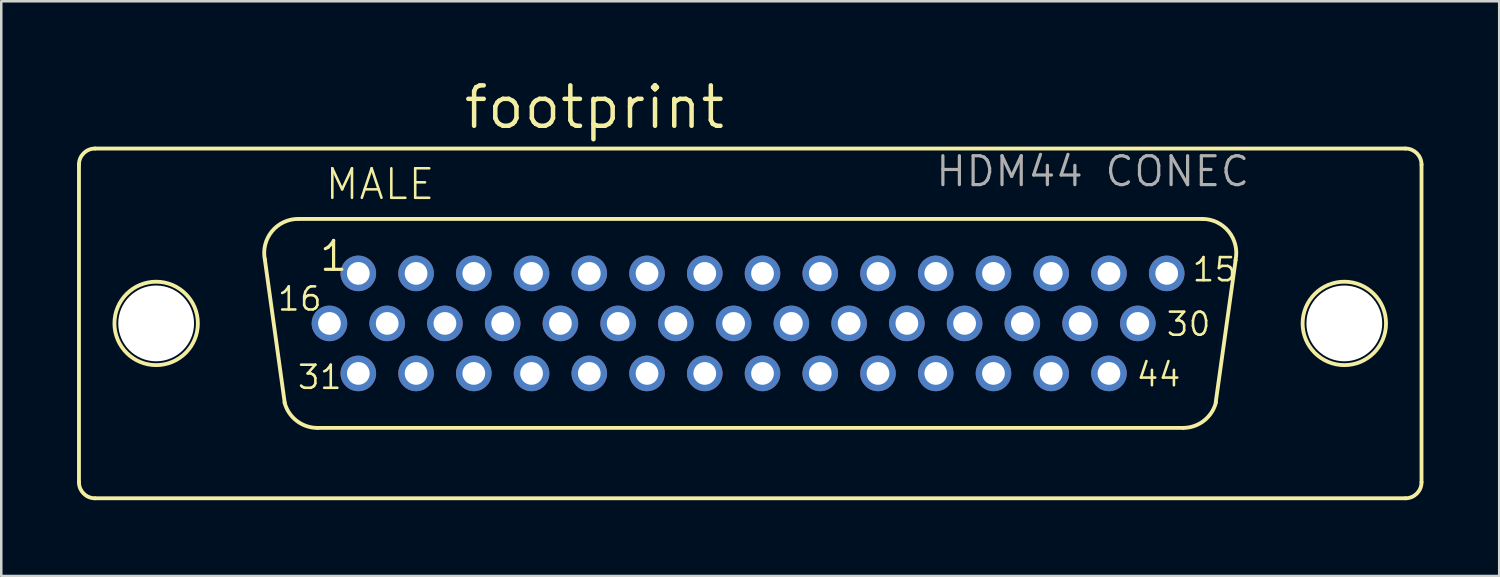
<source format=kicad_pcb>
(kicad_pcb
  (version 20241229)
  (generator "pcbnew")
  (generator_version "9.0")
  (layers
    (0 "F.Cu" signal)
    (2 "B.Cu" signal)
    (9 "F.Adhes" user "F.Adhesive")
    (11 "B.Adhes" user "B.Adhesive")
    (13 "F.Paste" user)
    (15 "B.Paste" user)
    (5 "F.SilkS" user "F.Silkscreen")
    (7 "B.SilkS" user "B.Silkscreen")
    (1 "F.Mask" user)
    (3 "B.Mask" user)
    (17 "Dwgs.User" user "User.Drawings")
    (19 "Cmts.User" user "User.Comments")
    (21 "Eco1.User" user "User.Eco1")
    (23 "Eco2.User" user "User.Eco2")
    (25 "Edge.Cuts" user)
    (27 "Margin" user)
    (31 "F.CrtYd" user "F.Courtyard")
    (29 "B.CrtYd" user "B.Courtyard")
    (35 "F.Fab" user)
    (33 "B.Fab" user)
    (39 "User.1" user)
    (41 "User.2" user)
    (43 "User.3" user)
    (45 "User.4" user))
  (footprint "footprint"
    (layer "F.Cu")
    (at 26.652 9.754)
    (property "Reference" "footprint" (at -11.43 -7.62 0) (layer "F.SilkS") (effects (font (size 1.6 1.6) (thickness 0.178)) (justify left bottom)))
    (fp_line (start -26.576 -6.288) (end -26.576 6.288) (stroke (width 0.152) (type solid)) (layer "F.SilkS"))
    (fp_line (start -25.933 6.923) (end 25.941 6.923) (stroke (width 0.152) (type solid)) (layer "F.SilkS"))
    (fp_line (start -18.429 3.146) (end -19.217 -2.537) (stroke (width 0.152) (type solid)) (layer "F.SilkS"))
    (fp_line (start -17.896 -4.137) (end 17.896 -4.137) (stroke (width 0.152) (type solid)) (layer "F.SilkS"))
    (fp_line (start -17.134 4.137) (end 17.134 4.137) (stroke (width 0.152) (type solid)) (layer "F.SilkS"))
    (fp_line (start 19.217 -2.511) (end 18.429 3.121) (stroke (width 0.152) (type solid)) (layer "F.SilkS"))
    (fp_line (start 25.933 -6.923) (end -25.941 -6.923) (stroke (width 0.152) (type solid)) (layer "F.SilkS"))
    (fp_line (start 26.576 -6.288) (end 26.576 6.288) (stroke (width 0.152) (type solid)) (layer "F.SilkS"))
    (fp_arc (start -26.576 -6.288) (mid -26.390013 -6.737013) (end -25.941 -6.923) (stroke (width 0.1524) (type solid)) (layer "F.SilkS"))
    (fp_arc (start -25.941 6.923) (mid -26.390013 6.737013) (end -26.576 6.288) (stroke (width 0.1524) (type solid)) (layer "F.SilkS"))
    (fp_arc (start -19.2161 -2.5268) (mid -18.937082 -3.644284) (end -17.896 -4.137) (stroke (width 0.1524) (type solid)) (layer "F.SilkS"))
    (fp_arc (start -17.134 4.137) (mid -17.9575 3.855745) (end -18.4369 3.1295) (stroke (width 0.1524) (type solid)) (layer "F.SilkS"))
    (fp_arc (start 17.896 -4.137) (mid 18.944557 -3.635183) (end 19.211499 -2.503798) (stroke (width 0.1524) (type solid)) (layer "F.SilkS"))
    (fp_arc (start 18.4369 3.1295) (mid 17.9575 3.855746) (end 17.134 4.137) (stroke (width 0.1524) (type solid)) (layer "F.SilkS"))
    (fp_arc (start 25.941 -6.923) (mid 26.390013 -6.737013) (end 26.576 -6.288) (stroke (width 0.1524) (type solid)) (layer "F.SilkS"))
    (fp_arc (start 26.576 6.288) (mid 26.390013 6.737013) (end 25.941 6.923) (stroke (width 0.1524) (type solid)) (layer "F.SilkS"))
    (fp_circle (center -23.52 0) (end -21.869 0) (stroke (width 0.152) (type solid)) (fill no) (layer "F.SilkS"))
    (fp_circle (center 23.52 0) (end 25.171 0) (stroke (width 0.152) (type solid)) (fill no) (layer "F.SilkS"))
    (fp_text user "31" (at -17.98 2.665 0) (layer "F.SilkS") (effects (font (size 0.914 0.914) (thickness 0.102)) (justify left bottom)))
    (fp_text user "44" (at 15.227 2.565 0) (layer "F.SilkS") (effects (font (size 0.914 0.914) (thickness 0.102)) (justify left bottom)))
    (fp_text user "MALE" (at -16.891 -4.826 0) (layer "F.SilkS") (effects (font (size 1.168 1.168) (thickness 0.102)) (justify left bottom)))
    (fp_text user "30" (at 16.415 0.565 0) (layer "F.SilkS") (effects (font (size 0.914 0.914) (thickness 0.102)) (justify left bottom)))
    (fp_text user "15" (at 17.442 -1.595 0) (layer "F.SilkS") (effects (font (size 0.914 0.914) (thickness 0.102)) (justify left bottom)))
    (fp_text user "16" (at -18.772 -0.435 0) (layer "F.SilkS") (effects (font (size 0.914 0.914) (thickness 0.102)) (justify left bottom)))
    (fp_text user "1" (at -17.123 -1.995 0) (layer "F.SilkS") (effects (font (size 1.143 1.143) (thickness 0.127)) (justify left bottom)))
    (fp_text user "HDM44 CONEC" (at 7.271 -5.349 0) (layer "F.Fab") (effects (font (size 1.143 1.143) (thickness 0.127)) (justify left bottom)))
    (pad "" np_thru_hole circle (at -23.52 0) (size 3 3) (drill 3) (layers "*.Cu" "*.Mask"))
    (pad "" np_thru_hole circle (at 23.52 0) (size 3 3) (drill 3) (layers "*.Cu" "*.Mask"))
    (pad "1" thru_hole circle (at -15.516 -1.98) (size 1.408 1.408) (drill 0.9) (layers "*.Cu" "*.Mask"))
    (pad "2" thru_hole circle (at -13.23 -1.98) (size 1.408 1.408) (drill 0.9) (layers "*.Cu" "*.Mask"))
    (pad "3" thru_hole circle (at -10.944 -1.98) (size 1.408 1.408) (drill 0.9) (layers "*.Cu" "*.Mask"))
    (pad "4" thru_hole circle (at -8.658 -1.98) (size 1.408 1.408) (drill 0.9) (layers "*.Cu" "*.Mask"))
    (pad "5" thru_hole circle (at -6.372 -1.98) (size 1.408 1.408) (drill 0.9) (layers "*.Cu" "*.Mask"))
    (pad "6" thru_hole circle (at -4.086 -1.98) (size 1.408 1.408) (drill 0.9) (layers "*.Cu" "*.Mask"))
    (pad "7" thru_hole circle (at -1.8 -1.98) (size 1.408 1.408) (drill 0.9) (layers "*.Cu" "*.Mask"))
    (pad "8" thru_hole circle (at 0.486 -1.98) (size 1.408 1.408) (drill 0.9) (layers "*.Cu" "*.Mask"))
    (pad "9" thru_hole circle (at 2.772 -1.98) (size 1.408 1.408) (drill 0.9) (layers "*.Cu" "*.Mask"))
    (pad "10" thru_hole circle (at 5.058 -1.98) (size 1.408 1.408) (drill 0.9) (layers "*.Cu" "*.Mask"))
    (pad "11" thru_hole circle (at 7.344 -1.98) (size 1.408 1.408) (drill 0.9) (layers "*.Cu" "*.Mask"))
    (pad "12" thru_hole circle (at 9.63 -1.98) (size 1.408 1.408) (drill 0.9) (layers "*.Cu" "*.Mask"))
    (pad "13" thru_hole circle (at 11.916 -1.98) (size 1.408 1.408) (drill 0.9) (layers "*.Cu" "*.Mask"))
    (pad "14" thru_hole circle (at 14.202 -1.98) (size 1.408 1.408) (drill 0.9) (layers "*.Cu" "*.Mask"))
    (pad "15" thru_hole circle (at 16.488 -1.98) (size 1.408 1.408) (drill 0.9) (layers "*.Cu" "*.Mask"))
    (pad "16" thru_hole circle (at -16.659 0) (size 1.408 1.408) (drill 0.9) (layers "*.Cu" "*.Mask"))
    (pad "17" thru_hole circle (at -14.373 0) (size 1.408 1.408) (drill 0.9) (layers "*.Cu" "*.Mask"))
    (pad "18" thru_hole circle (at -12.087 0) (size 1.408 1.408) (drill 0.9) (layers "*.Cu" "*.Mask"))
    (pad "19" thru_hole circle (at -9.801 0) (size 1.408 1.408) (drill 0.9) (layers "*.Cu" "*.Mask"))
    (pad "20" thru_hole circle (at -7.515 0) (size 1.408 1.408) (drill 0.9) (layers "*.Cu" "*.Mask"))
    (pad "21" thru_hole circle (at -5.229 0) (size 1.408 1.408) (drill 0.9) (layers "*.Cu" "*.Mask"))
    (pad "22" thru_hole circle (at -2.943 0) (size 1.408 1.408) (drill 0.9) (layers "*.Cu" "*.Mask"))
    (pad "23" thru_hole circle (at -0.657 0) (size 1.408 1.408) (drill 0.9) (layers "*.Cu" "*.Mask"))
    (pad "24" thru_hole circle (at 1.629 0) (size 1.408 1.408) (drill 0.9) (layers "*.Cu" "*.Mask"))
    (pad "25" thru_hole circle (at 3.915 0) (size 1.408 1.408) (drill 0.9) (layers "*.Cu" "*.Mask"))
    (pad "26" thru_hole circle (at 6.201 0) (size 1.408 1.408) (drill 0.9) (layers "*.Cu" "*.Mask"))
    (pad "27" thru_hole circle (at 8.487 0) (size 1.408 1.408) (drill 0.9) (layers "*.Cu" "*.Mask"))
    (pad "28" thru_hole circle (at 10.773 0) (size 1.408 1.408) (drill 0.9) (layers "*.Cu" "*.Mask"))
    (pad "29" thru_hole circle (at 13.059 0) (size 1.408 1.408) (drill 0.9) (layers "*.Cu" "*.Mask"))
    (pad "30" thru_hole circle (at 15.345 0) (size 1.408 1.408) (drill 0.9) (layers "*.Cu" "*.Mask"))
    (pad "31" thru_hole circle (at -15.516 1.98) (size 1.408 1.408) (drill 0.9) (layers "*.Cu" "*.Mask"))
    (pad "32" thru_hole circle (at -13.23 1.98) (size 1.408 1.408) (drill 0.9) (layers "*.Cu" "*.Mask"))
    (pad "33" thru_hole circle (at -10.944 1.98) (size 1.408 1.408) (drill 0.9) (layers "*.Cu" "*.Mask"))
    (pad "34" thru_hole circle (at -8.658 1.98) (size 1.408 1.408) (drill 0.9) (layers "*.Cu" "*.Mask"))
    (pad "35" thru_hole circle (at -6.372 1.98) (size 1.408 1.408) (drill 0.9) (layers "*.Cu" "*.Mask"))
    (pad "36" thru_hole circle (at -4.086 1.98) (size 1.408 1.408) (drill 0.9) (layers "*.Cu" "*.Mask"))
    (pad "37" thru_hole circle (at -1.8 1.98) (size 1.408 1.408) (drill 0.9) (layers "*.Cu" "*.Mask"))
    (pad "38" thru_hole circle (at 0.486 1.98) (size 1.408 1.408) (drill 0.9) (layers "*.Cu" "*.Mask"))
    (pad "39" thru_hole circle (at 2.772 1.98) (size 1.408 1.408) (drill 0.9) (layers "*.Cu" "*.Mask"))
    (pad "40" thru_hole circle (at 5.058 1.98) (size 1.408 1.408) (drill 0.9) (layers "*.Cu" "*.Mask"))
    (pad "41" thru_hole circle (at 7.344 1.98) (size 1.408 1.408) (drill 0.9) (layers "*.Cu" "*.Mask"))
    (pad "42" thru_hole circle (at 9.63 1.98) (size 1.408 1.408) (drill 0.9) (layers "*.Cu" "*.Mask"))
    (pad "43" thru_hole circle (at 11.916 1.98) (size 1.408 1.408) (drill 0.9) (layers "*.Cu" "*.Mask"))
    (pad "44" thru_hole circle (at 14.202 1.98) (size 1.408 1.408) (drill 0.9) (layers "*.Cu" "*.Mask"))
    (zone (net_name "") (layers "F.Cu" "B.Cu") (hatch edge 0.508) (connect_pads) (min_thickness 0.254) (filled_areas_thickness no) (keepout (tracks allowed) (vias not_allowed) (pads allowed) (copperpour allowed) (footprints allowed)) (placement (enabled no)) (fill) (polygon (pts (xy 5.799 9.754) (xy 5.759 9.29) (xy 5.638 8.841) (xy 5.442 8.42) (xy 5.175 8.039) (xy 4.847 7.711) (xy 4.466 7.444) (xy 4.044 7.247) (xy 3.595 7.127) (xy 3.132 7.087) (xy 2.669 7.127) (xy 2.22 7.247) (xy 1.799 7.444) (xy 1.418 7.711) (xy 1.089 8.039) (xy 0.823 8.42) (xy 0.626 8.841) (xy 0.506 9.29) (xy 0.465 9.754) (xy 0.506 10.217) (xy 0.626 10.666) (xy 0.823 11.087) (xy 1.089 11.468) (xy 1.418 11.797) (xy 1.799 12.063) (xy 2.22 12.26) (xy 2.669 12.38) (xy 3.132 12.421) (xy 3.595 12.38) (xy 4.044 12.26) (xy 4.466 12.063) (xy 4.847 11.797) (xy 5.175 11.468) (xy 5.442 11.087) (xy 5.638 10.666) (xy 5.759 10.217))))
    (zone (net_name "") (layers "F.Cu" "B.Cu") (hatch edge 0.508) (connect_pads) (min_thickness 0.254) (filled_areas_thickness no) (keepout (tracks allowed) (vias not_allowed) (pads allowed) (copperpour allowed) (footprints allowed)) (placement (enabled no)) (fill) (polygon (pts (xy 52.839 9.754) (xy 52.799 9.29) (xy 52.678 8.841) (xy 52.482 8.42) (xy 52.215 8.039) (xy 51.887 7.711) (xy 51.506 7.444) (xy 51.084 7.247) (xy 50.635 7.127) (xy 50.172 7.087) (xy 49.709 7.127) (xy 49.26 7.247) (xy 48.839 7.444) (xy 48.458 7.711) (xy 48.129 8.039) (xy 47.863 8.42) (xy 47.666 8.841) (xy 47.546 9.29) (xy 47.505 9.754) (xy 47.546 10.217) (xy 47.666 10.666) (xy 47.863 11.087) (xy 48.129 11.468) (xy 48.458 11.797) (xy 48.839 12.063) (xy 49.26 12.26) (xy 49.709 12.38) (xy 50.172 12.421) (xy 50.635 12.38) (xy 51.084 12.26) (xy 51.506 12.063) (xy 51.887 11.797) (xy 52.215 11.468) (xy 52.482 11.087) (xy 52.678 10.666) (xy 52.799 10.217))))
    (zone (net_name "") (layer "B.Cu") (hatch edge 0.508) (connect_pads) (min_thickness 0.254) (filled_areas_thickness no) (keepout (tracks not_allowed) (vias not_allowed) (pads not_allowed) (copperpour not_allowed) (footprints allowed)) (placement (enabled no)) (fill) (polygon (pts (xy 5.799 9.754) (xy 5.759 9.29) (xy 5.638 8.841) (xy 5.442 8.42) (xy 5.175 8.039) (xy 4.847 7.711) (xy 4.466 7.444) (xy 4.044 7.247) (xy 3.595 7.127) (xy 3.132 7.087) (xy 2.669 7.127) (xy 2.22 7.247) (xy 1.799 7.444) (xy 1.418 7.711) (xy 1.089 8.039) (xy 0.823 8.42) (xy 0.626 8.841) (xy 0.506 9.29) (xy 0.465 9.754) (xy 0.506 10.217) (xy 0.626 10.666) (xy 0.823 11.087) (xy 1.089 11.468) (xy 1.418 11.797) (xy 1.799 12.063) (xy 2.22 12.26) (xy 2.669 12.38) (xy 3.132 12.421) (xy 3.595 12.38) (xy 4.044 12.26) (xy 4.466 12.063) (xy 4.847 11.797) (xy 5.175 11.468) (xy 5.442 11.087) (xy 5.638 10.666) (xy 5.759 10.217))))
    (zone (net_name "") (layer "B.Cu") (hatch edge 0.508) (connect_pads) (min_thickness 0.254) (filled_areas_thickness no) (keepout (tracks not_allowed) (vias not_allowed) (pads not_allowed) (copperpour not_allowed) (footprints allowed)) (placement (enabled no)) (fill) (polygon (pts (xy 52.839 9.754) (xy 52.799 9.29) (xy 52.678 8.841) (xy 52.482 8.42) (xy 52.215 8.039) (xy 51.887 7.711) (xy 51.506 7.444) (xy 51.084 7.247) (xy 50.635 7.127) (xy 50.172 7.087) (xy 49.709 7.127) (xy 49.26 7.247) (xy 48.839 7.444) (xy 48.458 7.711) (xy 48.129 8.039) (xy 47.863 8.42) (xy 47.666 8.841) (xy 47.546 9.29) (xy 47.505 9.754) (xy 47.546 10.217) (xy 47.666 10.666) (xy 47.863 11.087) (xy 48.129 11.468) (xy 48.458 11.797) (xy 48.839 12.063) (xy 49.26 12.26) (xy 49.709 12.38) (xy 50.172 12.421) (xy 50.635 12.38) (xy 51.084 12.26) (xy 51.506 12.063) (xy 51.887 11.797) (xy 52.215 11.468) (xy 52.482 11.087) (xy 52.678 10.666) (xy 52.799 10.217)))))
  (gr_rect
    (start -3 -3)
    (end 56.304 19.753)
    (stroke (width 0.1) (type default))
    (fill no)
    (layer "Edge.Cuts")))
</source>
